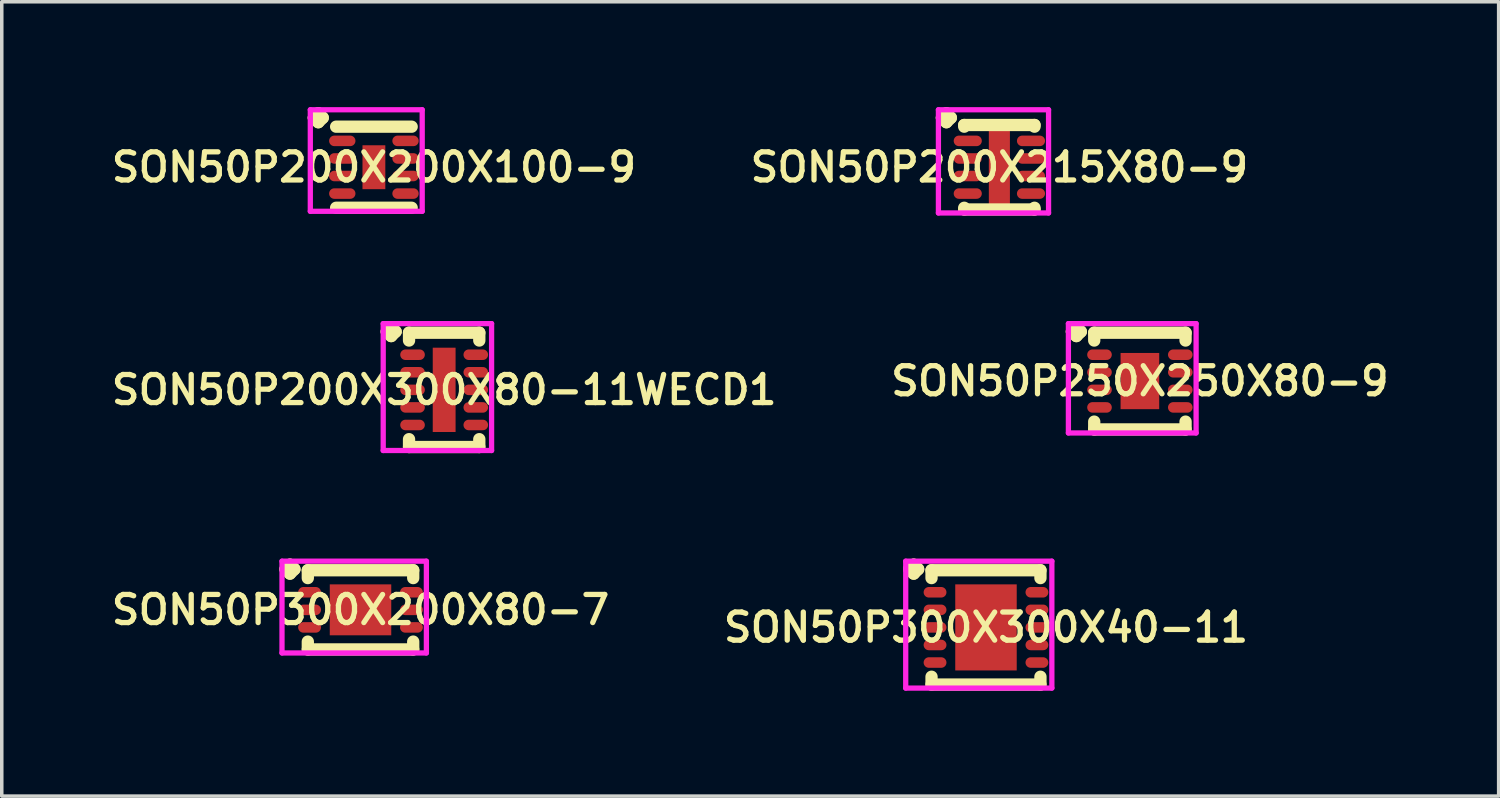
<source format=kicad_pcb>
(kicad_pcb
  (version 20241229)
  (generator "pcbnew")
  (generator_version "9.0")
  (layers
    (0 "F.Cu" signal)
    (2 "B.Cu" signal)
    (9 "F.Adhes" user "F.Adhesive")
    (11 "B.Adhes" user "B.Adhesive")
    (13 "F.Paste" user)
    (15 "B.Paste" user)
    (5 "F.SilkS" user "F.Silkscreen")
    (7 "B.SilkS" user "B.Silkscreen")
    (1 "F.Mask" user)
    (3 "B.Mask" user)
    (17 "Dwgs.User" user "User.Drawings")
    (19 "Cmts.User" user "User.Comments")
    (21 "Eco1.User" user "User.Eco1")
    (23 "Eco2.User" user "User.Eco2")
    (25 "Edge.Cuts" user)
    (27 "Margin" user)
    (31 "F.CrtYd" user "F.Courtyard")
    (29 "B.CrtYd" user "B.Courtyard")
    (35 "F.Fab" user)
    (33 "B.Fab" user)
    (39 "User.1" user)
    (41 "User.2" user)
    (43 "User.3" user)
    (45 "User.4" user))
  (footprint "SON50P250X250X80-9"
    (layer "F.Cu")
    (at 29.397 7.797)
    (property "Reference" "SON50P250X250X80-9" (at 0 0 0) (layer "F.SilkS") (effects (font (size 0.8 0.8) (thickness 0.15))))
    (attr smd)
    (fp_line (start -1.935 -1.408) (end -1.808 -1.535) (stroke (width 0.35) (type solid)) (layer "F.SilkS"))
    (fp_line (start -1.808 -1.535) (end -1.681 -1.408) (stroke (width 0.35) (type solid)) (layer "F.SilkS"))
    (fp_line (start -1.808 -1.281) (end -1.935 -1.408) (stroke (width 0.35) (type solid)) (layer "F.SilkS"))
    (fp_line (start -1.681 -1.408) (end -1.808 -1.281) (stroke (width 0.35) (type solid)) (layer "F.SilkS"))
    (fp_line (start -1.3 -1.377) (end 1.3 -1.377) (stroke (width 0.35) (type solid)) (layer "F.SilkS"))
    (fp_line (start -1.3 -1.154) (end -1.3 -1.377) (stroke (width 0.35) (type solid)) (layer "F.SilkS"))
    (fp_line (start -1.3 1.154) (end -1.3 1.377) (stroke (width 0.35) (type solid)) (layer "F.SilkS"))
    (fp_line (start -1.3 1.377) (end 1.3 1.377) (stroke (width 0.35) (type solid)) (layer "F.SilkS"))
    (fp_line (start 1.3 -1.377) (end 1.3 -1.154) (stroke (width 0.35) (type solid)) (layer "F.SilkS"))
    (fp_line (start 1.3 1.377) (end 1.3 1.154) (stroke (width 0.35) (type solid)) (layer "F.SilkS"))
    (fp_line (start -2.035 -1.635) (end 1.6 -1.635) (stroke (width 0.15) (type solid)) (layer "F.CrtYd"))
    (fp_line (start -2.035 1.477) (end -2.035 -1.635) (stroke (width 0.15) (type solid)) (layer "F.CrtYd"))
    (fp_line (start 1.6 -1.635) (end 1.6 1.477) (stroke (width 0.15) (type solid)) (layer "F.CrtYd"))
    (fp_line (start 1.6 1.477) (end -2.035 1.477) (stroke (width 0.15) (type solid)) (layer "F.CrtYd"))
    (pad "1" smd oval (at -1.15 -0.75) (size 0.7 0.3) (layers "F.Cu" "F.Mask" "F.Paste"))
    (pad "2" smd oval (at -1.15 -0.25) (size 0.7 0.3) (layers "F.Cu" "F.Mask" "F.Paste"))
    (pad "3" smd oval (at -1.15 0.25) (size 0.7 0.3) (layers "F.Cu" "F.Mask" "F.Paste"))
    (pad "4" smd oval (at -1.15 0.75) (size 0.7 0.3) (layers "F.Cu" "F.Mask" "F.Paste"))
    (pad "5" smd oval (at 1.15 0.75) (size 0.7 0.3) (layers "F.Cu" "F.Mask" "F.Paste"))
    (pad "6" smd oval (at 1.15 0.25) (size 0.7 0.3) (layers "F.Cu" "F.Mask" "F.Paste"))
    (pad "7" smd oval (at 1.15 -0.25) (size 0.7 0.3) (layers "F.Cu" "F.Mask" "F.Paste"))
    (pad "8" smd oval (at 1.15 -0.75) (size 0.7 0.3) (layers "F.Cu" "F.Mask" "F.Paste"))
    (pad "9" smd rect (at 0 0) (size 1.1 1.6) (layers "F.Cu" "F.Mask" "F.Paste")))
  (footprint "SON50P300X200X80-7"
    (layer "F.Cu")
    (at 7.212 14.309)
    (property "Reference" "SON50P300X200X80-7" (at 0 0 0) (layer "F.SilkS") (effects (font (size 0.8 0.8) (thickness 0.15))))
    (attr smd)
    (fp_line (start -2.135 -1.158) (end -2.008 -1.285) (stroke (width 0.35) (type solid)) (layer "F.SilkS"))
    (fp_line (start -2.008 -1.285) (end -1.881 -1.158) (stroke (width 0.35) (type solid)) (layer "F.SilkS"))
    (fp_line (start -2.008 -1.031) (end -2.135 -1.158) (stroke (width 0.35) (type solid)) (layer "F.SilkS"))
    (fp_line (start -1.881 -1.158) (end -2.008 -1.031) (stroke (width 0.35) (type solid)) (layer "F.SilkS"))
    (fp_line (start -1.5 -1.127) (end 1.5 -1.127) (stroke (width 0.35) (type solid)) (layer "F.SilkS"))
    (fp_line (start -1.5 -0.904) (end -1.5 -1.127) (stroke (width 0.35) (type solid)) (layer "F.SilkS"))
    (fp_line (start -1.5 0.904) (end -1.5 1.127) (stroke (width 0.35) (type solid)) (layer "F.SilkS"))
    (fp_line (start -1.5 1.127) (end 1.5 1.127) (stroke (width 0.35) (type solid)) (layer "F.SilkS"))
    (fp_line (start 1.5 -1.127) (end 1.5 -0.904) (stroke (width 0.35) (type solid)) (layer "F.SilkS"))
    (fp_line (start 1.5 1.127) (end 1.5 0.904) (stroke (width 0.35) (type solid)) (layer "F.SilkS"))
    (fp_line (start -2.235 -1.385) (end 1.875 -1.385) (stroke (width 0.15) (type solid)) (layer "F.CrtYd"))
    (fp_line (start -2.235 1.227) (end -2.235 -1.385) (stroke (width 0.15) (type solid)) (layer "F.CrtYd"))
    (fp_line (start 1.875 -1.385) (end 1.875 1.227) (stroke (width 0.15) (type solid)) (layer "F.CrtYd"))
    (fp_line (start 1.875 1.227) (end -2.235 1.227) (stroke (width 0.15) (type solid)) (layer "F.CrtYd"))
    (pad "1" smd oval (at -1.45 -0.5) (size 0.65 0.3) (layers "F.Cu" "F.Mask" "F.Paste"))
    (pad "2" smd oval (at -1.45 0) (size 0.65 0.3) (layers "F.Cu" "F.Mask" "F.Paste"))
    (pad "3" smd oval (at -1.45 0.5) (size 0.65 0.3) (layers "F.Cu" "F.Mask" "F.Paste"))
    (pad "4" smd oval (at 1.45 0.5) (size 0.65 0.3) (layers "F.Cu" "F.Mask" "F.Paste"))
    (pad "5" smd oval (at 1.45 0) (size 0.65 0.3) (layers "F.Cu" "F.Mask" "F.Paste"))
    (pad "6" smd oval (at 1.45 -0.5) (size 0.65 0.3) (layers "F.Cu" "F.Mask" "F.Paste"))
    (pad "7" smd rect (at 0 0) (size 1.75 1.45) (layers "F.Cu" "F.Mask" "F.Paste")))
  (footprint "SON50P200X215X80-9"
    (layer "F.Cu")
    (at 25.397 1.71)
    (property "Reference" "SON50P200X215X80-9" (at 0 0 0) (layer "F.SilkS") (effects (font (size 0.8 0.8) (thickness 0.15))))
    (attr smd)
    (fp_line (start -1.635 -1.408) (end -1.508 -1.535) (stroke (width 0.35) (type solid)) (layer "F.SilkS"))
    (fp_line (start -1.508 -1.535) (end -1.381 -1.408) (stroke (width 0.35) (type solid)) (layer "F.SilkS"))
    (fp_line (start -1.508 -1.281) (end -1.635 -1.408) (stroke (width 0.35) (type solid)) (layer "F.SilkS"))
    (fp_line (start -1.381 -1.408) (end -1.508 -1.281) (stroke (width 0.35) (type solid)) (layer "F.SilkS"))
    (fp_line (start -1 -1.202) (end 1 -1.202) (stroke (width 0.35) (type solid)) (layer "F.SilkS"))
    (fp_line (start -1 -1.154) (end -1 -1.202) (stroke (width 0.35) (type solid)) (layer "F.SilkS"))
    (fp_line (start -1 1.154) (end -1 1.202) (stroke (width 0.35) (type solid)) (layer "F.SilkS"))
    (fp_line (start -1 1.202) (end 1 1.202) (stroke (width 0.35) (type solid)) (layer "F.SilkS"))
    (fp_line (start 1 -1.202) (end 1 -1.154) (stroke (width 0.35) (type solid)) (layer "F.SilkS"))
    (fp_line (start 1 1.202) (end 1 1.154) (stroke (width 0.35) (type solid)) (layer "F.SilkS"))
    (fp_line (start -1.735 -1.635) (end 1.4 -1.635) (stroke (width 0.15) (type solid)) (layer "F.CrtYd"))
    (fp_line (start -1.735 1.302) (end -1.735 -1.635) (stroke (width 0.15) (type solid)) (layer "F.CrtYd"))
    (fp_line (start 1.4 -1.635) (end 1.4 1.302) (stroke (width 0.15) (type solid)) (layer "F.CrtYd"))
    (fp_line (start 1.4 1.302) (end -1.735 1.302) (stroke (width 0.15) (type solid)) (layer "F.CrtYd"))
    (pad "1" smd oval (at -0.9 -0.75) (size 0.8 0.3) (layers "F.Cu" "F.Mask" "F.Paste"))
    (pad "2" smd oval (at -0.9 -0.25) (size 0.8 0.3) (layers "F.Cu" "F.Mask" "F.Paste"))
    (pad "3" smd oval (at -0.9 0.25) (size 0.8 0.3) (layers "F.Cu" "F.Mask" "F.Paste"))
    (pad "4" smd oval (at -0.9 0.75) (size 0.8 0.3) (layers "F.Cu" "F.Mask" "F.Paste"))
    (pad "5" smd oval (at 0.9 0.75) (size 0.8 0.3) (layers "F.Cu" "F.Mask" "F.Paste"))
    (pad "6" smd oval (at 0.9 0.25) (size 0.8 0.3) (layers "F.Cu" "F.Mask" "F.Paste"))
    (pad "7" smd oval (at 0.9 -0.25) (size 0.8 0.3) (layers "F.Cu" "F.Mask" "F.Paste"))
    (pad "8" smd oval (at 0.9 -0.75) (size 0.8 0.3) (layers "F.Cu" "F.Mask" "F.Paste"))
    (pad "9" smd rect (at 0 0) (size 0.6 2.2) (layers "F.Cu" "F.Mask" "F.Paste")))
  (footprint "SON50P300X300X40-11"
    (layer "F.Cu")
    (at 25.016 14.809)
    (property "Reference" "SON50P300X300X40-11" (at 0 0 0) (layer "F.SilkS") (effects (font (size 0.8 0.8) (thickness 0.15))))
    (attr smd)
    (fp_line (start -2.185 -1.658) (end -2.058 -1.785) (stroke (width 0.35) (type solid)) (layer "F.SilkS"))
    (fp_line (start -2.058 -1.785) (end -1.931 -1.658) (stroke (width 0.35) (type solid)) (layer "F.SilkS"))
    (fp_line (start -2.058 -1.531) (end -2.185 -1.658) (stroke (width 0.35) (type solid)) (layer "F.SilkS"))
    (fp_line (start -1.931 -1.658) (end -2.058 -1.531) (stroke (width 0.35) (type solid)) (layer "F.SilkS"))
    (fp_line (start -1.55 -1.627) (end 1.55 -1.627) (stroke (width 0.35) (type solid)) (layer "F.SilkS"))
    (fp_line (start -1.55 -1.404) (end -1.55 -1.627) (stroke (width 0.35) (type solid)) (layer "F.SilkS"))
    (fp_line (start -1.55 1.404) (end -1.55 1.627) (stroke (width 0.35) (type solid)) (layer "F.SilkS"))
    (fp_line (start -1.55 1.627) (end 1.55 1.627) (stroke (width 0.35) (type solid)) (layer "F.SilkS"))
    (fp_line (start 1.55 -1.627) (end 1.55 -1.404) (stroke (width 0.35) (type solid)) (layer "F.SilkS"))
    (fp_line (start 1.55 1.627) (end 1.55 1.404) (stroke (width 0.35) (type solid)) (layer "F.SilkS"))
    (fp_line (start -2.285 -1.885) (end 1.875 -1.885) (stroke (width 0.15) (type solid)) (layer "F.CrtYd"))
    (fp_line (start -2.285 1.727) (end -2.285 -1.885) (stroke (width 0.15) (type solid)) (layer "F.CrtYd"))
    (fp_line (start 1.875 -1.885) (end 1.875 1.727) (stroke (width 0.15) (type solid)) (layer "F.CrtYd"))
    (fp_line (start 1.875 1.727) (end -2.285 1.727) (stroke (width 0.15) (type solid)) (layer "F.CrtYd"))
    (pad "1" smd oval (at -1.45 -1) (size 0.65 0.3) (layers "F.Cu" "F.Mask" "F.Paste"))
    (pad "2" smd oval (at -1.45 -0.5) (size 0.65 0.3) (layers "F.Cu" "F.Mask" "F.Paste"))
    (pad "3" smd oval (at -1.45 0) (size 0.65 0.3) (layers "F.Cu" "F.Mask" "F.Paste"))
    (pad "4" smd oval (at -1.45 0.5) (size 0.65 0.3) (layers "F.Cu" "F.Mask" "F.Paste"))
    (pad "5" smd oval (at -1.45 1) (size 0.65 0.3) (layers "F.Cu" "F.Mask" "F.Paste"))
    (pad "6" smd oval (at 1.45 1) (size 0.65 0.3) (layers "F.Cu" "F.Mask" "F.Paste"))
    (pad "7" smd oval (at 1.45 0.5) (size 0.65 0.3) (layers "F.Cu" "F.Mask" "F.Paste"))
    (pad "8" smd oval (at 1.45 0) (size 0.65 0.3) (layers "F.Cu" "F.Mask" "F.Paste"))
    (pad "9" smd oval (at 1.45 -0.5) (size 0.65 0.3) (layers "F.Cu" "F.Mask" "F.Paste"))
    (pad "10" smd oval (at 1.45 -1) (size 0.65 0.3) (layers "F.Cu" "F.Mask" "F.Paste"))
    (pad "11" smd rect (at 0 0) (size 1.75 2.45) (layers "F.Cu" "F.Mask" "F.Paste")))
  (footprint "SON50P200X200X100-9"
    (layer "F.Cu")
    (at 7.593 1.71)
    (property "Reference" "SON50P200X200X100-9" (at 0 0 0) (layer "F.SilkS") (effects (font (size 0.8 0.8) (thickness 0.15))))
    (attr smd)
    (fp_line (start -1.71 -1.408) (end -1.583 -1.535) (stroke (width 0.35) (type solid)) (layer "F.SilkS"))
    (fp_line (start -1.583 -1.535) (end -1.456 -1.408) (stroke (width 0.35) (type solid)) (layer "F.SilkS"))
    (fp_line (start -1.583 -1.281) (end -1.71 -1.408) (stroke (width 0.35) (type solid)) (layer "F.SilkS"))
    (fp_line (start -1.456 -1.408) (end -1.583 -1.281) (stroke (width 0.35) (type solid)) (layer "F.SilkS"))
    (fp_line (start -1.075 -1.154) (end 1.075 -1.154) (stroke (width 0.35) (type solid)) (layer "F.SilkS"))
    (fp_line (start -1.075 1.154) (end 1.075 1.154) (stroke (width 0.35) (type solid)) (layer "F.SilkS"))
    (fp_line (start -1.81 -1.635) (end 1.375 -1.635) (stroke (width 0.15) (type solid)) (layer "F.CrtYd"))
    (fp_line (start -1.81 1.254) (end -1.81 -1.635) (stroke (width 0.15) (type solid)) (layer "F.CrtYd"))
    (fp_line (start 1.375 -1.635) (end 1.375 1.254) (stroke (width 0.15) (type solid)) (layer "F.CrtYd"))
    (fp_line (start 1.375 1.254) (end -1.81 1.254) (stroke (width 0.15) (type solid)) (layer "F.CrtYd"))
    (pad "1" smd oval (at -0.9 -0.75) (size 0.75 0.3) (layers "F.Cu" "F.Mask" "F.Paste"))
    (pad "2" smd oval (at -0.9 -0.25) (size 0.75 0.3) (layers "F.Cu" "F.Mask" "F.Paste"))
    (pad "3" smd oval (at -0.9 0.25) (size 0.75 0.3) (layers "F.Cu" "F.Mask" "F.Paste"))
    (pad "4" smd oval (at -0.9 0.75) (size 0.75 0.3) (layers "F.Cu" "F.Mask" "F.Paste"))
    (pad "5" smd oval (at 0.9 0.75) (size 0.75 0.3) (layers "F.Cu" "F.Mask" "F.Paste"))
    (pad "6" smd oval (at 0.9 0.25) (size 0.75 0.3) (layers "F.Cu" "F.Mask" "F.Paste"))
    (pad "7" smd oval (at 0.9 -0.25) (size 0.75 0.3) (layers "F.Cu" "F.Mask" "F.Paste"))
    (pad "8" smd oval (at 0.9 -0.75) (size 0.75 0.3) (layers "F.Cu" "F.Mask" "F.Paste"))
    (pad "9" smd rect (at 0 0) (size 0.65 1.25) (layers "F.Cu" "F.Mask" "F.Paste")))
  (footprint "SON50P200X300X80-11WECD1"
    (layer "F.Cu")
    (at 9.593 8.047)
    (property "Reference" "SON50P200X300X80-11WECD1" (at 0 0 0) (layer "F.SilkS") (effects (font (size 0.8 0.8) (thickness 0.15))))
    (attr smd)
    (fp_line (start -1.635 -1.658) (end -1.508 -1.785) (stroke (width 0.35) (type solid)) (layer "F.SilkS"))
    (fp_line (start -1.508 -1.785) (end -1.381 -1.658) (stroke (width 0.35) (type solid)) (layer "F.SilkS"))
    (fp_line (start -1.508 -1.531) (end -1.635 -1.658) (stroke (width 0.35) (type solid)) (layer "F.SilkS"))
    (fp_line (start -1.381 -1.658) (end -1.508 -1.531) (stroke (width 0.35) (type solid)) (layer "F.SilkS"))
    (fp_line (start -1 -1.627) (end 1 -1.627) (stroke (width 0.35) (type solid)) (layer "F.SilkS"))
    (fp_line (start -1 -1.404) (end -1 -1.627) (stroke (width 0.35) (type solid)) (layer "F.SilkS"))
    (fp_line (start -1 1.404) (end -1 1.627) (stroke (width 0.35) (type solid)) (layer "F.SilkS"))
    (fp_line (start -1 1.627) (end 1 1.627) (stroke (width 0.35) (type solid)) (layer "F.SilkS"))
    (fp_line (start 1 -1.627) (end 1 -1.404) (stroke (width 0.35) (type solid)) (layer "F.SilkS"))
    (fp_line (start 1 1.627) (end 1 1.404) (stroke (width 0.35) (type solid)) (layer "F.SilkS"))
    (fp_line (start -1.735 -1.885) (end 1.35 -1.885) (stroke (width 0.15) (type solid)) (layer "F.CrtYd"))
    (fp_line (start -1.735 1.727) (end -1.735 -1.885) (stroke (width 0.15) (type solid)) (layer "F.CrtYd"))
    (fp_line (start 1.35 -1.885) (end 1.35 1.727) (stroke (width 0.15) (type solid)) (layer "F.CrtYd"))
    (fp_line (start 1.35 1.727) (end -1.735 1.727) (stroke (width 0.15) (type solid)) (layer "F.CrtYd"))
    (pad "1" smd oval (at -0.9 -1) (size 0.7 0.3) (layers "F.Cu" "F.Mask" "F.Paste"))
    (pad "2" smd oval (at -0.9 -0.5) (size 0.7 0.3) (layers "F.Cu" "F.Mask" "F.Paste"))
    (pad "3" smd oval (at -0.9 0) (size 0.7 0.3) (layers "F.Cu" "F.Mask" "F.Paste"))
    (pad "4" smd oval (at -0.9 0.5) (size 0.7 0.3) (layers "F.Cu" "F.Mask" "F.Paste"))
    (pad "5" smd oval (at -0.9 1) (size 0.7 0.3) (layers "F.Cu" "F.Mask" "F.Paste"))
    (pad "6" smd oval (at 0.9 1) (size 0.7 0.3) (layers "F.Cu" "F.Mask" "F.Paste"))
    (pad "7" smd oval (at 0.9 0.5) (size 0.7 0.3) (layers "F.Cu" "F.Mask" "F.Paste"))
    (pad "8" smd oval (at 0.9 0) (size 0.7 0.3) (layers "F.Cu" "F.Mask" "F.Paste"))
    (pad "9" smd oval (at 0.9 -0.5) (size 0.7 0.3) (layers "F.Cu" "F.Mask" "F.Paste"))
    (pad "10" smd oval (at 0.9 -1) (size 0.7 0.3) (layers "F.Cu" "F.Mask" "F.Paste"))
    (pad "11" smd rect (at 0 0) (size 0.65 2.4) (layers "F.Cu" "F.Mask" "F.Paste")))
  (gr_rect
    (start -3 -3)
    (end 39.609 19.611)
    (stroke (width 0.1) (type default))
    (fill no)
    (layer "Edge.Cuts")))
</source>
